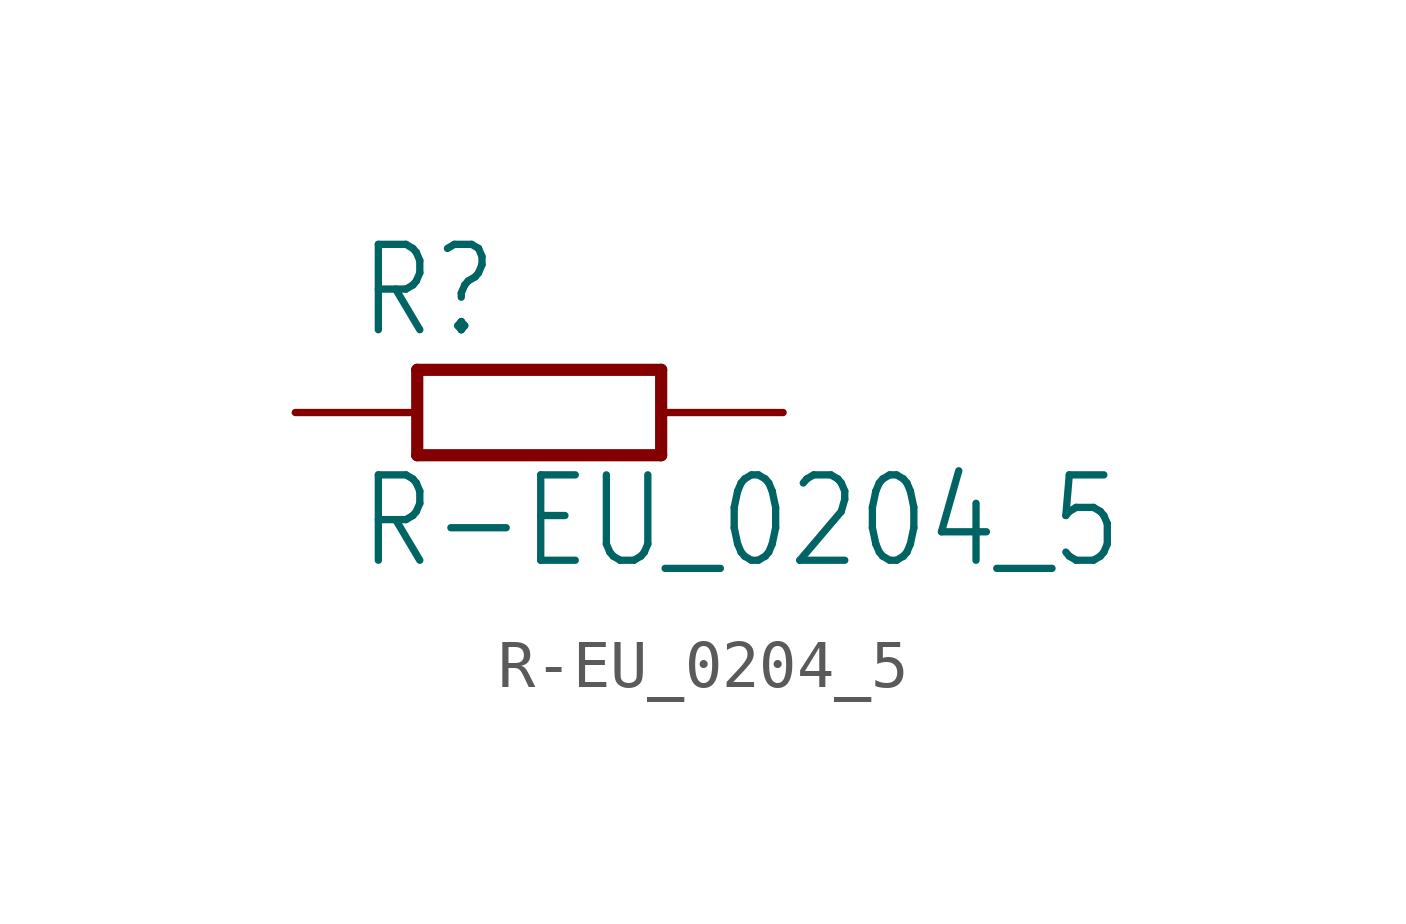
<source format=kicad_sym>
(kicad_symbol_lib
  (version 20201005)
  (generator kicad_symbol_editor)
  (symbol "R-EU_0204_5"
    (property "Reference" "R"
      (at -3.81 1.499 0)
      (effects (font (size 1.778 1.511)) (justify left bottom)))
    (property "Value" "R-EU_0204_5"
      (at -3.81 -3.302 0)
      (effects (font (size 1.778 1.511)) (justify left bottom)))
    (property "ki_locked" ""
      (at 0 0 0)
      (effects (font (size 1.27 1.27))))
    (symbol "R-EU_0204_5_1_0"
      (polyline (pts (xy -2.54 -0.889) (xy 2.54 -0.889)) (stroke (width 0.254)) (fill (type none)))
      (polyline (pts (xy 2.54 0.889) (xy -2.54 0.889)) (stroke (width 0.254)) (fill (type none)))
      (polyline (pts (xy 2.54 -0.889) (xy 2.54 0.889)) (stroke (width 0.254)) (fill (type none)))
      (polyline (pts (xy -2.54 -0.889) (xy -2.54 0.889)) (stroke (width 0.254)) (fill (type none)))
      (pin passive line (at 5.08 0 180) (length 2.54) (name "2" (effects (font (size 0 0)))) (number "2" (effects (font (size 0 0)))))
      (pin passive line (at -5.08 0 0) (length 2.54) (name "1" (effects (font (size 0 0)))) (number "1" (effects (font (size 0 0))))))))
</source>
